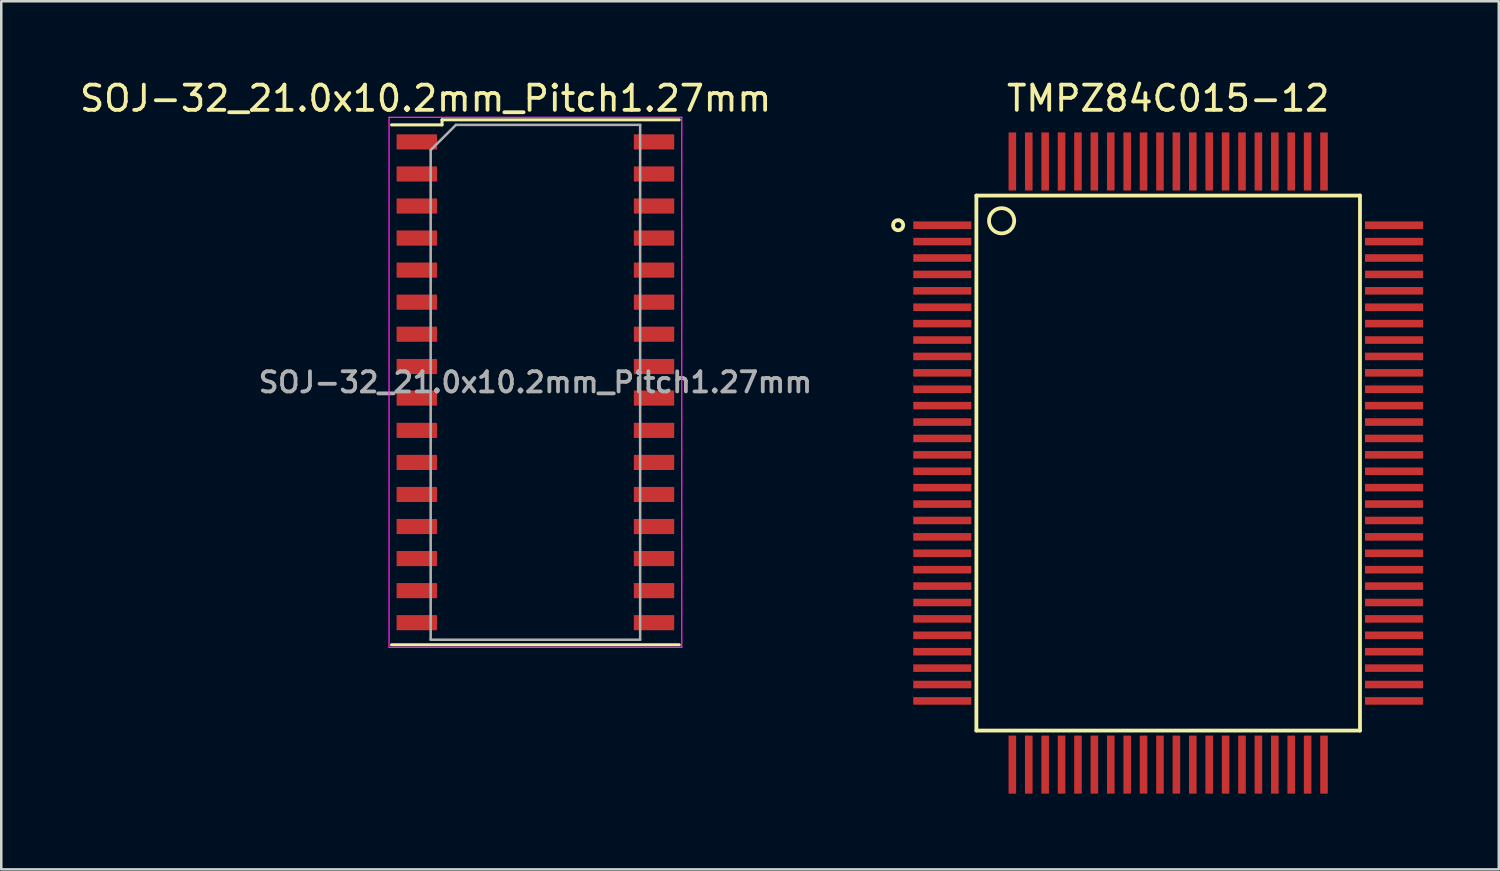
<source format=kicad_pcb>
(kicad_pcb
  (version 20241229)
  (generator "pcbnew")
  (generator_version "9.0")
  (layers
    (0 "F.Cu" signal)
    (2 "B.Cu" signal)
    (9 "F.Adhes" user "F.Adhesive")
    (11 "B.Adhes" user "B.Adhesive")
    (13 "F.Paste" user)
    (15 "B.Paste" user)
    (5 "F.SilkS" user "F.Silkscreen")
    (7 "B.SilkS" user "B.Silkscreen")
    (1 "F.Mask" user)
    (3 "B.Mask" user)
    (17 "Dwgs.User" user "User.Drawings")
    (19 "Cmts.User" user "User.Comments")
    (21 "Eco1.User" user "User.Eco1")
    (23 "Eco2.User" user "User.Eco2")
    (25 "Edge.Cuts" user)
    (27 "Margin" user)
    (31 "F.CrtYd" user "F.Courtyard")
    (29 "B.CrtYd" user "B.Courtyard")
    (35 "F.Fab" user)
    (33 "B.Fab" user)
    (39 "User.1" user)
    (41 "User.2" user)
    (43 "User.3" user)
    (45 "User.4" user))
  (footprint "SOJ-32_21.0x10.2mm_Pitch1.27mm"
    (layer "F.Cu")
    (at 18.165 12.098)
    (property "Reference" "SOJ-32_21.0x10.2mm_Pitch1.27mm" (at -4.35 -11.25 0) (layer "F.SilkS") (effects (font (size 1 1) (thickness 0.15))))
    (attr smd)
    (fp_line (start -5.7 10.4) (end 5.7 10.4) (stroke (width 0.12) (type solid)) (layer "F.SilkS"))
    (fp_line (start -3.7 -10.4) (end -3.7 -10.2) (stroke (width 0.12) (type solid)) (layer "F.SilkS"))
    (fp_line (start -3.7 -10.4) (end 5.7 -10.4) (stroke (width 0.12) (type solid)) (layer "F.SilkS"))
    (fp_line (start -3.7 -10.2) (end -5.7 -10.2) (stroke (width 0.12) (type solid)) (layer "F.SilkS"))
    (fp_line (start -5.8 -10.5) (end -5.8 10.5) (stroke (width 0.05) (type solid)) (layer "F.CrtYd"))
    (fp_line (start -5.8 -10.5) (end 5.8 -10.5) (stroke (width 0.05) (type solid)) (layer "F.CrtYd"))
    (fp_line (start -5.8 10.5) (end 5.8 10.5) (stroke (width 0.05) (type solid)) (layer "F.CrtYd"))
    (fp_line (start 5.8 -10.5) (end 5.8 10.5) (stroke (width 0.05) (type solid)) (layer "F.CrtYd"))
    (fp_line (start -4.15 -9.2) (end -3.15 -10.2) (stroke (width 0.1) (type solid)) (layer "F.Fab"))
    (fp_line (start -4.15 10.2) (end -4.15 -9.2) (stroke (width 0.1) (type solid)) (layer "F.Fab"))
    (fp_line (start -3.15 -10.2) (end 4.15 -10.2) (stroke (width 0.1) (type solid)) (layer "F.Fab"))
    (fp_line (start 4.15 -10.2) (end 4.15 10.2) (stroke (width 0.1) (type solid)) (layer "F.Fab"))
    (fp_line (start 4.15 10.2) (end -4.15 10.2) (stroke (width 0.1) (type solid)) (layer "F.Fab"))
    (fp_text user "${REFERENCE}" (at 0 0 0) (layer "F.Fab") (effects (font (size 0.8 0.8) (thickness 0.15))))
    (pad "1" smd rect (at -4.7 -9.525) (size 1.6 0.6) (layers "F.Cu" "F.Mask" "F.Paste"))
    (pad "2" smd rect (at -4.7 -8.255) (size 1.6 0.6) (layers "F.Cu" "F.Mask" "F.Paste"))
    (pad "3" smd rect (at -4.7 -6.985) (size 1.6 0.6) (layers "F.Cu" "F.Mask" "F.Paste"))
    (pad "4" smd rect (at -4.7 -5.715) (size 1.6 0.6) (layers "F.Cu" "F.Mask" "F.Paste"))
    (pad "5" smd rect (at -4.7 -4.445) (size 1.6 0.6) (layers "F.Cu" "F.Mask" "F.Paste"))
    (pad "6" smd rect (at -4.7 -3.175) (size 1.6 0.6) (layers "F.Cu" "F.Mask" "F.Paste"))
    (pad "7" smd rect (at -4.7 -1.905) (size 1.6 0.6) (layers "F.Cu" "F.Mask" "F.Paste"))
    (pad "8" smd rect (at -4.7 -0.625) (size 1.6 0.6) (layers "F.Cu" "F.Mask" "F.Paste"))
    (pad "9" smd rect (at -4.7 0.625) (size 1.6 0.6) (layers "F.Cu" "F.Mask" "F.Paste"))
    (pad "10" smd rect (at -4.7 1.905) (size 1.6 0.6) (layers "F.Cu" "F.Mask" "F.Paste"))
    (pad "11" smd rect (at -4.7 3.175) (size 1.6 0.6) (layers "F.Cu" "F.Mask" "F.Paste"))
    (pad "12" smd rect (at -4.7 4.445) (size 1.6 0.6) (layers "F.Cu" "F.Mask" "F.Paste"))
    (pad "13" smd rect (at -4.7 5.715) (size 1.6 0.6) (layers "F.Cu" "F.Mask" "F.Paste"))
    (pad "14" smd rect (at -4.7 6.985) (size 1.6 0.6) (layers "F.Cu" "F.Mask" "F.Paste"))
    (pad "15" smd rect (at -4.7 8.255) (size 1.6 0.6) (layers "F.Cu" "F.Mask" "F.Paste"))
    (pad "16" smd rect (at -4.7 9.525) (size 1.6 0.6) (layers "F.Cu" "F.Mask" "F.Paste"))
    (pad "17" smd rect (at 4.7 9.525) (size 1.6 0.6) (layers "F.Cu" "F.Mask" "F.Paste"))
    (pad "18" smd rect (at 4.7 8.255) (size 1.6 0.6) (layers "F.Cu" "F.Mask" "F.Paste"))
    (pad "19" smd rect (at 4.7 6.985) (size 1.6 0.6) (layers "F.Cu" "F.Mask" "F.Paste"))
    (pad "20" smd rect (at 4.7 5.715) (size 1.6 0.6) (layers "F.Cu" "F.Mask" "F.Paste"))
    (pad "21" smd rect (at 4.7 4.445) (size 1.6 0.6) (layers "F.Cu" "F.Mask" "F.Paste"))
    (pad "22" smd rect (at 4.7 3.175) (size 1.6 0.6) (layers "F.Cu" "F.Mask" "F.Paste"))
    (pad "23" smd rect (at 4.7 1.905) (size 1.6 0.6) (layers "F.Cu" "F.Mask" "F.Paste"))
    (pad "24" smd rect (at 4.7 0.625) (size 1.6 0.6) (layers "F.Cu" "F.Mask" "F.Paste"))
    (pad "25" smd rect (at 4.7 -0.625) (size 1.6 0.6) (layers "F.Cu" "F.Mask" "F.Paste"))
    (pad "26" smd rect (at 4.7 -1.905) (size 1.6 0.6) (layers "F.Cu" "F.Mask" "F.Paste"))
    (pad "27" smd rect (at 4.7 -3.175) (size 1.6 0.6) (layers "F.Cu" "F.Mask" "F.Paste"))
    (pad "28" smd rect (at 4.7 -4.445) (size 1.6 0.6) (layers "F.Cu" "F.Mask" "F.Paste"))
    (pad "29" smd rect (at 4.7 -5.715) (size 1.6 0.6) (layers "F.Cu" "F.Mask" "F.Paste"))
    (pad "30" smd rect (at 4.7 -6.985) (size 1.6 0.6) (layers "F.Cu" "F.Mask" "F.Paste"))
    (pad "31" smd rect (at 4.7 -8.255) (size 1.6 0.6) (layers "F.Cu" "F.Mask" "F.Paste"))
    (pad "32" smd rect (at 4.7 -9.525) (size 1.6 0.6) (layers "F.Cu" "F.Mask" "F.Paste")))
  (footprint "TMPZ84C015-12"
    (layer "F.Cu")
    (at 34.288 3.348)
    (property "Reference" "TMPZ84C015-12" (at 8.95 -2.5 0) (layer "F.SilkS") (effects (font (size 1 1) (thickness 0.15))))
    (attr through_hole)
    (fp_line (start 1.35 1.35) (end 1.35 22.55) (stroke (width 0.15) (type solid)) (layer "F.SilkS"))
    (fp_line (start 1.35 1.35) (end 16.55 1.35) (stroke (width 0.15) (type solid)) (layer "F.SilkS"))
    (fp_line (start 1.35 22.55) (end 16.55 22.55) (stroke (width 0.15) (type solid)) (layer "F.SilkS"))
    (fp_line (start 16.55 22.55) (end 16.55 1.35) (stroke (width 0.15) (type solid)) (layer "F.SilkS"))
    (fp_circle (center -1.75 2.525) (end -1.75 2.325) (stroke (width 0.15) (type solid)) (fill no) (layer "F.SilkS"))
    (fp_circle (center 2.35 2.35) (end 2.35 1.85) (stroke (width 0.15) (type solid)) (fill no) (layer "F.SilkS"))
    (pad "1" smd rect (at 0 2.525) (size 2.3 0.3) (layers "F.Cu" "F.Mask" "F.Paste"))
    (pad "2" smd rect (at 0 3.175) (size 2.3 0.3) (layers "F.Cu" "F.Mask" "F.Paste"))
    (pad "3" smd rect (at 0 3.825) (size 2.3 0.3) (layers "F.Cu" "F.Mask" "F.Paste"))
    (pad "4" smd rect (at 0 4.475) (size 2.3 0.3) (layers "F.Cu" "F.Mask" "F.Paste"))
    (pad "5" smd rect (at 0 5.125) (size 2.3 0.3) (layers "F.Cu" "F.Mask" "F.Paste"))
    (pad "6" smd rect (at 0 5.775) (size 2.3 0.3) (layers "F.Cu" "F.Mask" "F.Paste"))
    (pad "7" smd rect (at 0 6.425) (size 2.3 0.3) (layers "F.Cu" "F.Mask" "F.Paste"))
    (pad "8" smd rect (at 0 7.075) (size 2.3 0.3) (layers "F.Cu" "F.Mask" "F.Paste"))
    (pad "9" smd rect (at 0 7.725) (size 2.3 0.3) (layers "F.Cu" "F.Mask" "F.Paste"))
    (pad "10" smd rect (at 0 8.375) (size 2.3 0.3) (layers "F.Cu" "F.Mask" "F.Paste"))
    (pad "11" smd rect (at 0 9.025) (size 2.3 0.3) (layers "F.Cu" "F.Mask" "F.Paste"))
    (pad "12" smd rect (at 0 9.675) (size 2.3 0.3) (layers "F.Cu" "F.Mask" "F.Paste"))
    (pad "13" smd rect (at 0 10.325) (size 2.3 0.3) (layers "F.Cu" "F.Mask" "F.Paste"))
    (pad "14" smd rect (at 0 10.975) (size 2.3 0.3) (layers "F.Cu" "F.Mask" "F.Paste"))
    (pad "15" smd rect (at 0 11.625) (size 2.3 0.3) (layers "F.Cu" "F.Mask" "F.Paste"))
    (pad "16" smd rect (at 0 12.275) (size 2.3 0.3) (layers "F.Cu" "F.Mask" "F.Paste"))
    (pad "17" smd rect (at 0 12.925) (size 2.3 0.3) (layers "F.Cu" "F.Mask" "F.Paste"))
    (pad "18" smd rect (at 0 13.575) (size 2.3 0.3) (layers "F.Cu" "F.Mask" "F.Paste"))
    (pad "19" smd rect (at 0 14.225) (size 2.3 0.3) (layers "F.Cu" "F.Mask" "F.Paste"))
    (pad "20" smd rect (at 0 14.875) (size 2.3 0.3) (layers "F.Cu" "F.Mask" "F.Paste"))
    (pad "21" smd rect (at 0 15.525) (size 2.3 0.3) (layers "F.Cu" "F.Mask" "F.Paste"))
    (pad "22" smd rect (at 0 16.175) (size 2.3 0.3) (layers "F.Cu" "F.Mask" "F.Paste"))
    (pad "23" smd rect (at 0 16.825) (size 2.3 0.3) (layers "F.Cu" "F.Mask" "F.Paste"))
    (pad "24" smd rect (at 0 17.475) (size 2.3 0.3) (layers "F.Cu" "F.Mask" "F.Paste"))
    (pad "25" smd rect (at 0 18.125) (size 2.3 0.3) (layers "F.Cu" "F.Mask" "F.Paste"))
    (pad "26" smd rect (at 0 18.775) (size 2.3 0.3) (layers "F.Cu" "F.Mask" "F.Paste"))
    (pad "27" smd rect (at 0 19.425) (size 2.3 0.3) (layers "F.Cu" "F.Mask" "F.Paste"))
    (pad "28" smd rect (at 0 20.075) (size 2.3 0.3) (layers "F.Cu" "F.Mask" "F.Paste"))
    (pad "29" smd rect (at 0 20.725) (size 2.3 0.3) (layers "F.Cu" "F.Mask" "F.Paste"))
    (pad "30" smd rect (at 0 21.375) (size 2.3 0.3) (layers "F.Cu" "F.Mask" "F.Paste"))
    (pad "31" smd rect (at 2.775 23.9) (size 0.3 2.3) (layers "F.Cu" "F.Mask" "F.Paste"))
    (pad "32" smd rect (at 3.425 23.9) (size 0.3 2.3) (layers "F.Cu" "F.Mask" "F.Paste"))
    (pad "33" smd rect (at 4.075 23.9) (size 0.3 2.3) (layers "F.Cu" "F.Mask" "F.Paste"))
    (pad "34" smd rect (at 4.725 23.9) (size 0.3 2.3) (layers "F.Cu" "F.Mask" "F.Paste"))
    (pad "35" smd rect (at 5.375 23.9) (size 0.3 2.3) (layers "F.Cu" "F.Mask" "F.Paste"))
    (pad "36" smd rect (at 6.025 23.9) (size 0.3 2.3) (layers "F.Cu" "F.Mask" "F.Paste"))
    (pad "37" smd rect (at 6.675 23.9) (size 0.3 2.3) (layers "F.Cu" "F.Mask" "F.Paste"))
    (pad "38" smd rect (at 7.325 23.9) (size 0.3 2.3) (layers "F.Cu" "F.Mask" "F.Paste"))
    (pad "39" smd rect (at 7.975 23.9) (size 0.3 2.3) (layers "F.Cu" "F.Mask" "F.Paste"))
    (pad "40" smd rect (at 8.625 23.9) (size 0.3 2.3) (layers "F.Cu" "F.Mask" "F.Paste"))
    (pad "41" smd rect (at 9.275 23.9) (size 0.3 2.3) (layers "F.Cu" "F.Mask" "F.Paste"))
    (pad "42" smd rect (at 9.925 23.9) (size 0.3 2.3) (layers "F.Cu" "F.Mask" "F.Paste"))
    (pad "43" smd rect (at 10.575 23.9) (size 0.3 2.3) (layers "F.Cu" "F.Mask" "F.Paste"))
    (pad "44" smd rect (at 11.225 23.9) (size 0.3 2.3) (layers "F.Cu" "F.Mask" "F.Paste"))
    (pad "45" smd rect (at 11.875 23.9) (size 0.3 2.3) (layers "F.Cu" "F.Mask" "F.Paste"))
    (pad "46" smd rect (at 12.525 23.9) (size 0.3 2.3) (layers "F.Cu" "F.Mask" "F.Paste"))
    (pad "47" smd rect (at 13.175 23.9) (size 0.3 2.3) (layers "F.Cu" "F.Mask" "F.Paste"))
    (pad "48" smd rect (at 13.825 23.9) (size 0.3 2.3) (layers "F.Cu" "F.Mask" "F.Paste"))
    (pad "49" smd rect (at 14.475 23.9) (size 0.3 2.3) (layers "F.Cu" "F.Mask" "F.Paste"))
    (pad "50" smd rect (at 15.125 23.9) (size 0.3 2.3) (layers "F.Cu" "F.Mask" "F.Paste"))
    (pad "51" smd rect (at 17.9 21.375) (size 2.3 0.3) (layers "F.Cu" "F.Mask" "F.Paste"))
    (pad "52" smd rect (at 17.9 20.725) (size 2.3 0.3) (layers "F.Cu" "F.Mask" "F.Paste"))
    (pad "53" smd rect (at 17.9 20.075) (size 2.3 0.3) (layers "F.Cu" "F.Mask" "F.Paste"))
    (pad "54" smd rect (at 17.9 19.425) (size 2.3 0.3) (layers "F.Cu" "F.Mask" "F.Paste"))
    (pad "55" smd rect (at 17.9 18.775) (size 2.3 0.3) (layers "F.Cu" "F.Mask" "F.Paste"))
    (pad "56" smd rect (at 17.9 18.125) (size 2.3 0.3) (layers "F.Cu" "F.Mask" "F.Paste"))
    (pad "57" smd rect (at 17.9 17.475) (size 2.3 0.3) (layers "F.Cu" "F.Mask" "F.Paste"))
    (pad "58" smd rect (at 17.9 16.825) (size 2.3 0.3) (layers "F.Cu" "F.Mask" "F.Paste"))
    (pad "59" smd rect (at 17.9 16.175) (size 2.3 0.3) (layers "F.Cu" "F.Mask" "F.Paste"))
    (pad "60" smd rect (at 17.9 15.525) (size 2.3 0.3) (layers "F.Cu" "F.Mask" "F.Paste"))
    (pad "61" smd rect (at 17.9 14.875) (size 2.3 0.3) (layers "F.Cu" "F.Mask" "F.Paste"))
    (pad "62" smd rect (at 17.9 14.225) (size 2.3 0.3) (layers "F.Cu" "F.Mask" "F.Paste"))
    (pad "63" smd rect (at 17.9 13.575) (size 2.3 0.3) (layers "F.Cu" "F.Mask" "F.Paste"))
    (pad "64" smd rect (at 17.9 12.925) (size 2.3 0.3) (layers "F.Cu" "F.Mask" "F.Paste"))
    (pad "65" smd rect (at 17.9 12.275) (size 2.3 0.3) (layers "F.Cu" "F.Mask" "F.Paste"))
    (pad "66" smd rect (at 17.9 11.625) (size 2.3 0.3) (layers "F.Cu" "F.Mask" "F.Paste"))
    (pad "67" smd rect (at 17.9 10.975) (size 2.3 0.3) (layers "F.Cu" "F.Mask" "F.Paste"))
    (pad "68" smd rect (at 17.9 10.325) (size 2.3 0.3) (layers "F.Cu" "F.Mask" "F.Paste"))
    (pad "69" smd rect (at 17.9 9.675) (size 2.3 0.3) (layers "F.Cu" "F.Mask" "F.Paste"))
    (pad "70" smd rect (at 17.9 9.025) (size 2.3 0.3) (layers "F.Cu" "F.Mask" "F.Paste"))
    (pad "71" smd rect (at 17.9 8.375) (size 2.3 0.3) (layers "F.Cu" "F.Mask" "F.Paste"))
    (pad "72" smd rect (at 17.9 7.725) (size 2.3 0.3) (layers "F.Cu" "F.Mask" "F.Paste"))
    (pad "73" smd rect (at 17.9 7.075) (size 2.3 0.3) (layers "F.Cu" "F.Mask" "F.Paste"))
    (pad "74" smd rect (at 17.9 6.425) (size 2.3 0.3) (layers "F.Cu" "F.Mask" "F.Paste"))
    (pad "75" smd rect (at 17.9 5.775) (size 2.3 0.3) (layers "F.Cu" "F.Mask" "F.Paste"))
    (pad "76" smd rect (at 17.9 5.125) (size 2.3 0.3) (layers "F.Cu" "F.Mask" "F.Paste"))
    (pad "77" smd rect (at 17.9 4.475) (size 2.3 0.3) (layers "F.Cu" "F.Mask" "F.Paste"))
    (pad "78" smd rect (at 17.9 3.825) (size 2.3 0.3) (layers "F.Cu" "F.Mask" "F.Paste"))
    (pad "79" smd rect (at 17.9 3.175) (size 2.3 0.3) (layers "F.Cu" "F.Mask" "F.Paste"))
    (pad "80" smd rect (at 17.9 2.525) (size 2.3 0.3) (layers "F.Cu" "F.Mask" "F.Paste"))
    (pad "81" smd rect (at 15.125 0) (size 0.3 2.3) (layers "F.Cu" "F.Mask" "F.Paste"))
    (pad "82" smd rect (at 14.475 0) (size 0.3 2.3) (layers "F.Cu" "F.Mask" "F.Paste"))
    (pad "83" smd rect (at 13.825 0) (size 0.3 2.3) (layers "F.Cu" "F.Mask" "F.Paste"))
    (pad "84" smd rect (at 13.175 0) (size 0.3 2.3) (layers "F.Cu" "F.Mask" "F.Paste"))
    (pad "85" smd rect (at 12.525 0) (size 0.3 2.3) (layers "F.Cu" "F.Mask" "F.Paste"))
    (pad "86" smd rect (at 11.875 0) (size 0.3 2.3) (layers "F.Cu" "F.Mask" "F.Paste"))
    (pad "87" smd rect (at 11.225 0) (size 0.3 2.3) (layers "F.Cu" "F.Mask" "F.Paste"))
    (pad "88" smd rect (at 10.575 0) (size 0.3 2.3) (layers "F.Cu" "F.Mask" "F.Paste"))
    (pad "89" smd rect (at 9.925 0) (size 0.3 2.3) (layers "F.Cu" "F.Mask" "F.Paste"))
    (pad "90" smd rect (at 9.275 0) (size 0.3 2.3) (layers "F.Cu" "F.Mask" "F.Paste"))
    (pad "91" smd rect (at 8.625 0) (size 0.3 2.3) (layers "F.Cu" "F.Mask" "F.Paste"))
    (pad "92" smd rect (at 7.975 0) (size 0.3 2.3) (layers "F.Cu" "F.Mask" "F.Paste"))
    (pad "93" smd rect (at 7.325 0) (size 0.3 2.3) (layers "F.Cu" "F.Mask" "F.Paste"))
    (pad "94" smd rect (at 6.675 0) (size 0.3 2.3) (layers "F.Cu" "F.Mask" "F.Paste"))
    (pad "95" smd rect (at 6.025 0) (size 0.3 2.3) (layers "F.Cu" "F.Mask" "F.Paste"))
    (pad "96" smd rect (at 5.375 0) (size 0.3 2.3) (layers "F.Cu" "F.Mask" "F.Paste"))
    (pad "97" smd rect (at 4.725 0) (size 0.3 2.3) (layers "F.Cu" "F.Mask" "F.Paste"))
    (pad "98" smd rect (at 4.075 0) (size 0.3 2.3) (layers "F.Cu" "F.Mask" "F.Paste"))
    (pad "99" smd rect (at 3.425 0) (size 0.3 2.3) (layers "F.Cu" "F.Mask" "F.Paste"))
    (pad "100" smd rect (at 2.775 0) (size 0.3 2.3) (layers "F.Cu" "F.Mask" "F.Paste")))
  (gr_rect
    (start -3 -3)
    (end 56.338 31.398)
    (stroke (width 0.1) (type default))
    (fill no)
    (layer "Edge.Cuts")))
</source>
